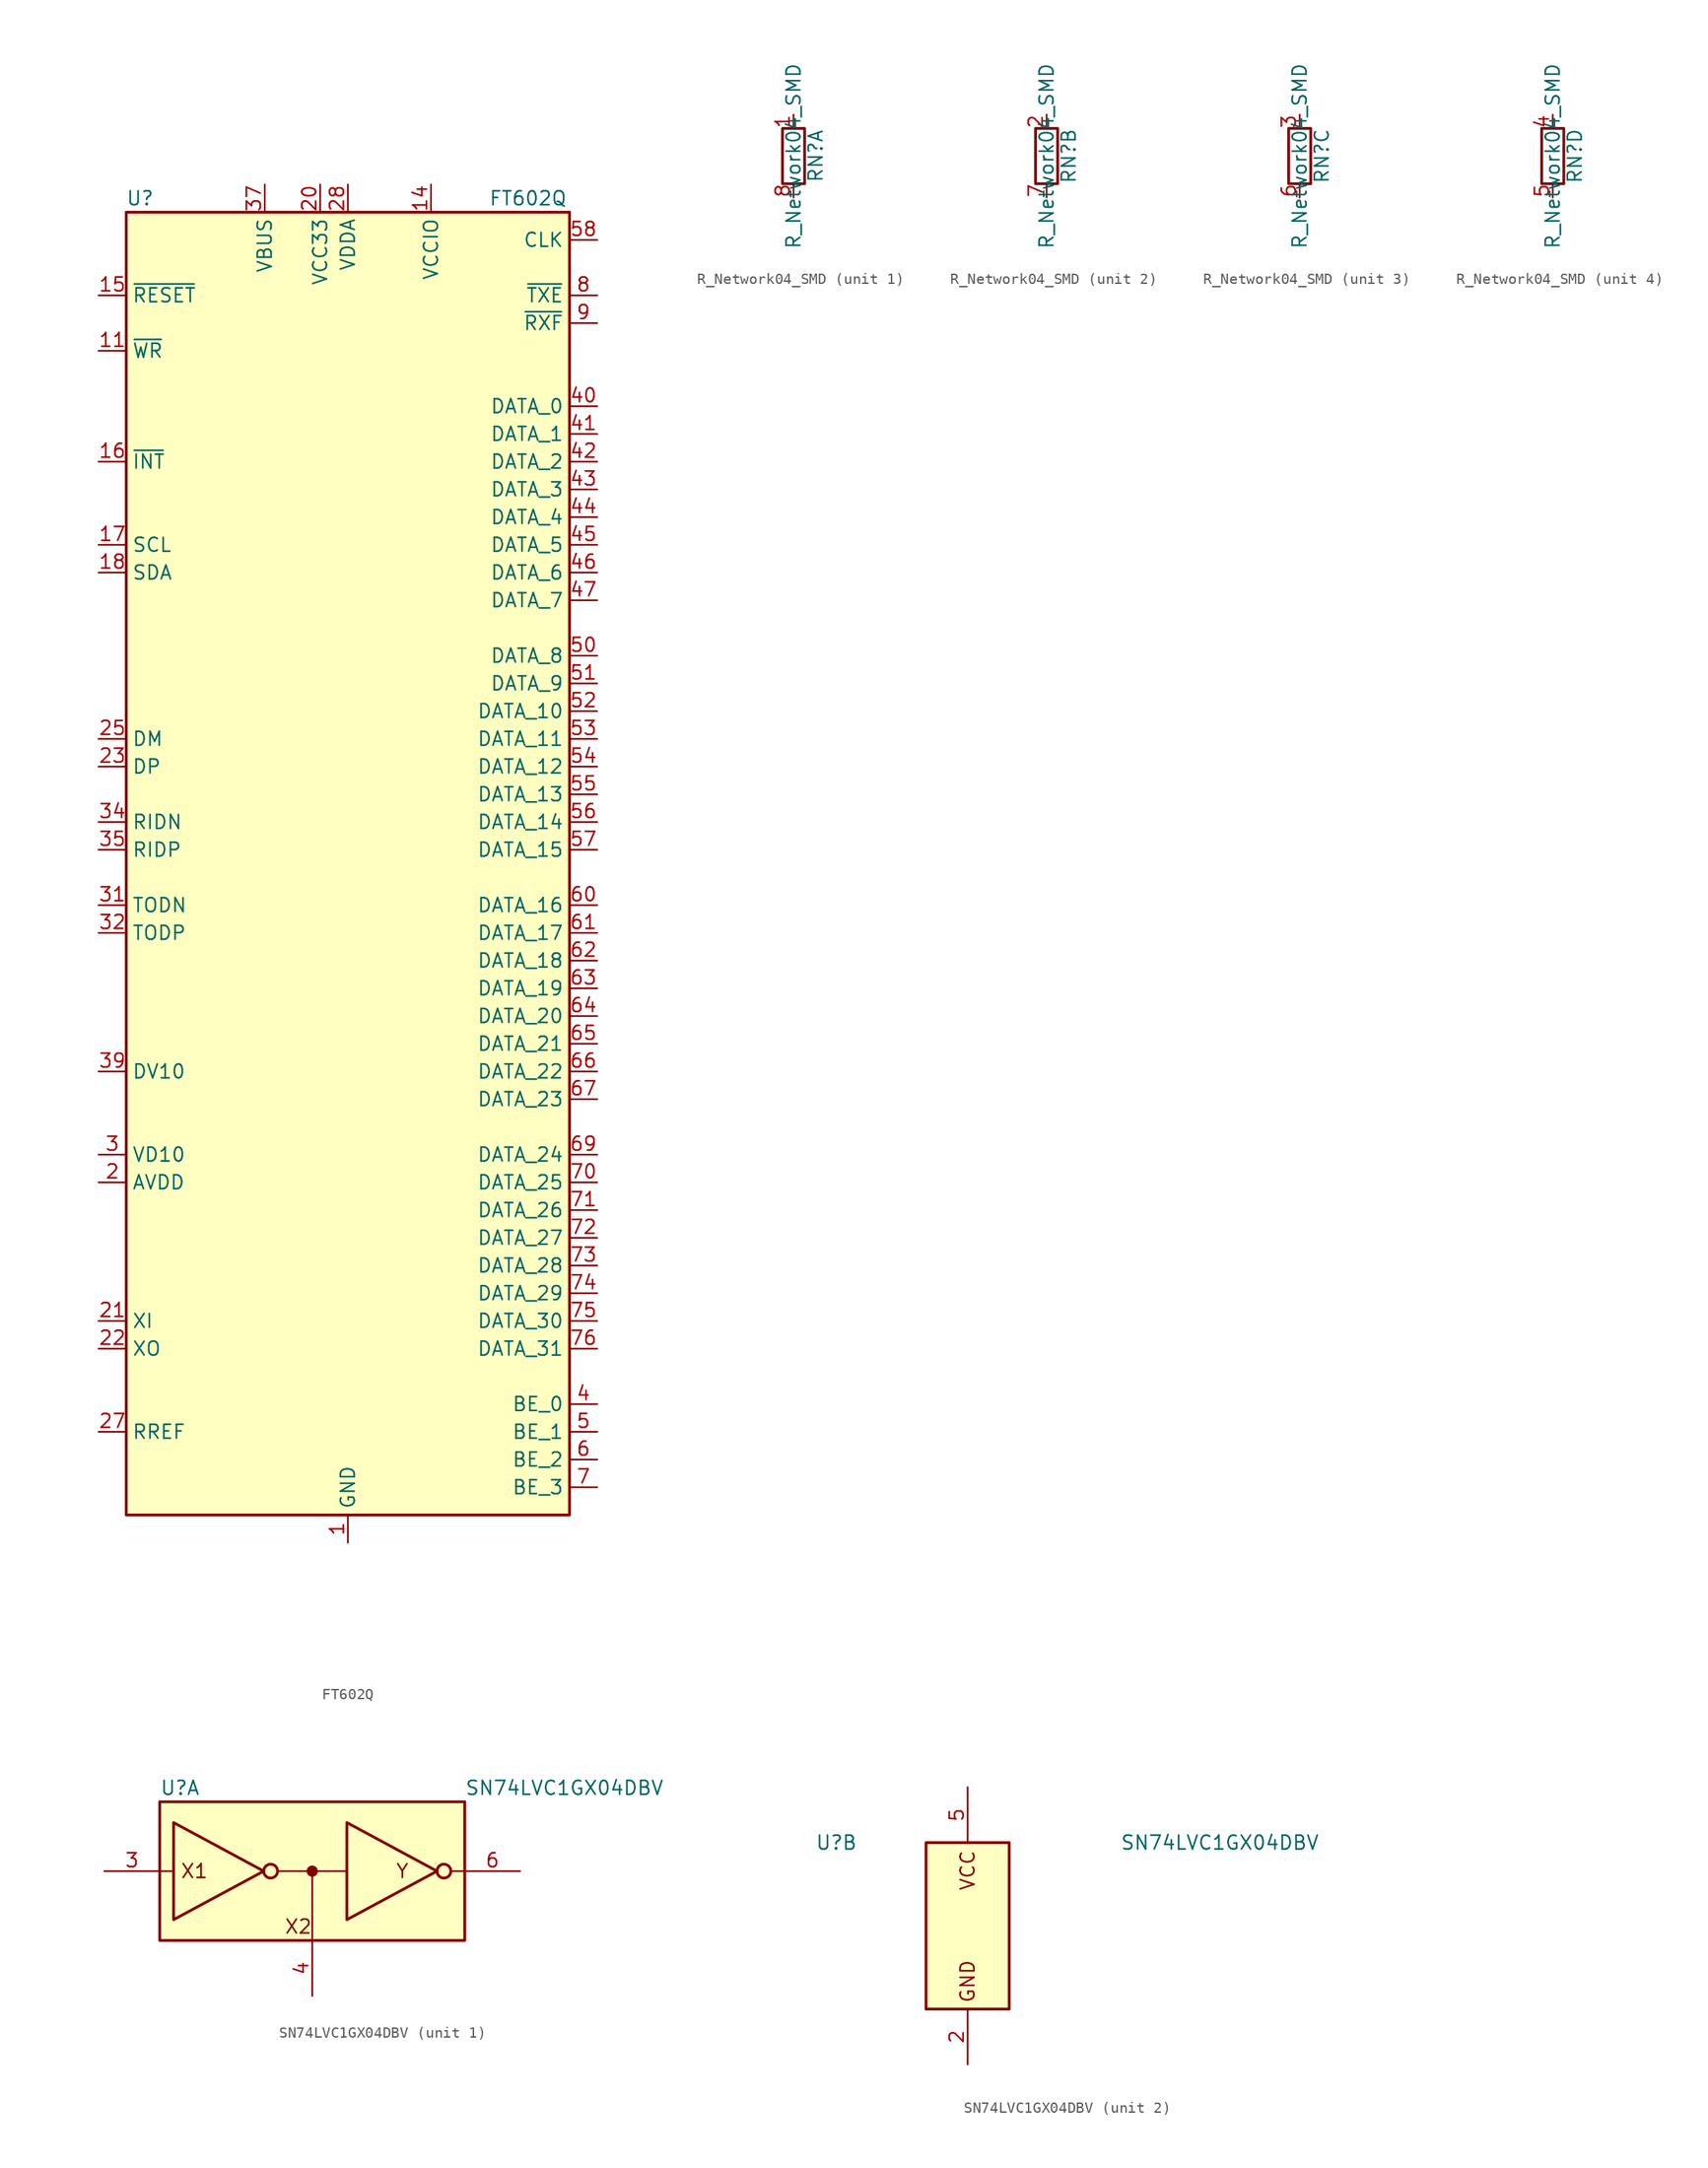
<source format=kicad_sym>
(kicad_symbol_lib
  (version 20231120)
  (generator "kicad_symbol_editor")
  (generator_version "8.0")
  (symbol "FT602Q"
    (property "Reference" "U"
      (at -19.05 62.23 0)
      (effects (font (size 1.27 1.27))))
    (property "Value" "FT602Q"
      (at 16.51 62.23 0)
      (effects (font (size 1.27 1.27))))
    (symbol "FT602Q_0_1"
      (rectangle (start -20.32 60.96) (end 20.32 -58.42) (stroke (width 0.254) (type default)) (fill (type background))))
    (symbol "FT602Q_1_1"
      (pin power_in line (at 0 -60.96 90) (length 2.54) (name "GND" (effects (font (size 1.27 1.27)))) (number "1" (effects (font (size 1.27 1.27)))))
      (pin no_connect line (at -20.32 58.42 0) (length 2.54) hide (name "Reserved1" (effects (font (size 1.27 1.27)))) (number "10" (effects (font (size 1.27 1.27)))))
      (pin input line (at -22.86 48.26 0) (length 2.54) (name "~{WR}" (effects (font (size 1.27 1.27)))) (number "11" (effects (font (size 1.27 1.27)))))
      (pin no_connect line (at -20.32 45.72 0) (length 2.54) hide (name "Reserved2" (effects (font (size 1.27 1.27)))) (number "12" (effects (font (size 1.27 1.27)))))
      (pin no_connect line (at -20.32 43.18 0) (length 2.54) hide (name "Reserved3" (effects (font (size 1.27 1.27)))) (number "13" (effects (font (size 1.27 1.27)))))
      (pin power_in line (at 7.62 63.5 270) (length 2.54) (name "VCCIO" (effects (font (size 1.27 1.27)))) (number "14" (effects (font (size 1.27 1.27)))))
      (pin input line (at -22.86 53.34 0) (length 2.54) (name "~{RESET}" (effects (font (size 1.27 1.27)))) (number "15" (effects (font (size 1.27 1.27)))))
      (pin input line (at -22.86 38.1 0) (length 2.54) (name "~{INT}" (effects (font (size 1.27 1.27)))) (number "16" (effects (font (size 1.27 1.27)))))
      (pin open_collector line (at -22.86 30.48 0) (length 2.54) (name "SCL" (effects (font (size 1.27 1.27)))) (number "17" (effects (font (size 1.27 1.27)))))
      (pin open_collector line (at -22.86 27.94 0) (length 2.54) (name "SDA" (effects (font (size 1.27 1.27)))) (number "18" (effects (font (size 1.27 1.27)))))
      (pin no_connect line (at -20.32 -48.26 0) (length 2.54) hide (name "Reserved4" (effects (font (size 1.27 1.27)))) (number "19" (effects (font (size 1.27 1.27)))))
      (pin power_in line (at -22.86 -27.94 0) (length 2.54) (name "AVDD" (effects (font (size 1.27 1.27)))) (number "2" (effects (font (size 1.27 1.27)))))
      (pin power_in line (at -2.54 63.5 270) (length 2.54) (name "VCC33" (effects (font (size 1.27 1.27)))) (number "20" (effects (font (size 1.27 1.27)))))
      (pin input line (at -22.86 -40.64 0) (length 2.54) (name "XI" (effects (font (size 1.27 1.27)))) (number "21" (effects (font (size 1.27 1.27)))))
      (pin output line (at -22.86 -43.18 0) (length 2.54) (name "XO" (effects (font (size 1.27 1.27)))) (number "22" (effects (font (size 1.27 1.27)))))
      (pin bidirectional line (at -22.86 10.16 0) (length 2.54) (name "DP" (effects (font (size 1.27 1.27)))) (number "23" (effects (font (size 1.27 1.27)))))
      (pin passive line (at -2.54 63.5 270) (length 2.54) hide (name "VCC33" (effects (font (size 1.27 1.27)))) (number "24" (effects (font (size 1.27 1.27)))))
      (pin bidirectional line (at -22.86 12.7 0) (length 2.54) (name "DM" (effects (font (size 1.27 1.27)))) (number "25" (effects (font (size 1.27 1.27)))))
      (pin passive line (at 0 -60.96 90) (length 2.54) hide (name "GND" (effects (font (size 1.27 1.27)))) (number "26" (effects (font (size 1.27 1.27)))))
      (pin input line (at -22.86 -50.8 0) (length 2.54) (name "RREF" (effects (font (size 1.27 1.27)))) (number "27" (effects (font (size 1.27 1.27)))))
      (pin power_in line (at 0 63.5 270) (length 2.54) (name "VDDA" (effects (font (size 1.27 1.27)))) (number "28" (effects (font (size 1.27 1.27)))))
      (pin passive line (at 0 -60.96 90) (length 2.54) hide (name "GND" (effects (font (size 1.27 1.27)))) (number "29" (effects (font (size 1.27 1.27)))))
      (pin power_in line (at -22.86 -25.4 0) (length 2.54) (name "VD10" (effects (font (size 1.27 1.27)))) (number "3" (effects (font (size 1.27 1.27)))))
      (pin passive line (at -22.86 -25.4 0) (length 2.54) hide (name "VD10" (effects (font (size 1.27 1.27)))) (number "30" (effects (font (size 1.27 1.27)))))
      (pin output line (at -22.86 -2.54 0) (length 2.54) (name "TODN" (effects (font (size 1.27 1.27)))) (number "31" (effects (font (size 1.27 1.27)))))
      (pin output line (at -22.86 -5.08 0) (length 2.54) (name "TODP" (effects (font (size 1.27 1.27)))) (number "32" (effects (font (size 1.27 1.27)))))
      (pin passive line (at -22.86 -25.4 0) (length 2.54) hide (name "VD10" (effects (font (size 1.27 1.27)))) (number "33" (effects (font (size 1.27 1.27)))))
      (pin input line (at -22.86 5.08 0) (length 2.54) (name "RIDN" (effects (font (size 1.27 1.27)))) (number "34" (effects (font (size 1.27 1.27)))))
      (pin input line (at -22.86 2.54 0) (length 2.54) (name "RIDP" (effects (font (size 1.27 1.27)))) (number "35" (effects (font (size 1.27 1.27)))))
      (pin passive line (at 0 -60.96 90) (length 2.54) hide (name "GND" (effects (font (size 1.27 1.27)))) (number "36" (effects (font (size 1.27 1.27)))))
      (pin power_in line (at -7.62 63.5 270) (length 2.54) (name "VBUS" (effects (font (size 1.27 1.27)))) (number "37" (effects (font (size 1.27 1.27)))))
      (pin passive line (at -2.54 63.5 270) (length 2.54) hide (name "VCC33" (effects (font (size 1.27 1.27)))) (number "38" (effects (font (size 1.27 1.27)))))
      (pin power_out line (at -22.86 -17.78 0) (length 2.54) (name "DV10" (effects (font (size 1.27 1.27)))) (number "39" (effects (font (size 1.27 1.27)))))
      (pin bidirectional line (at 22.86 -48.26 180) (length 2.54) (name "BE_0" (effects (font (size 1.27 1.27)))) (number "4" (effects (font (size 1.27 1.27)))))
      (pin bidirectional line (at 22.86 43.18 180) (length 2.54) (name "DATA_0" (effects (font (size 1.27 1.27)))) (number "40" (effects (font (size 1.27 1.27)))))
      (pin bidirectional line (at 22.86 40.64 180) (length 2.54) (name "DATA_1" (effects (font (size 1.27 1.27)))) (number "41" (effects (font (size 1.27 1.27)))))
      (pin bidirectional line (at 22.86 38.1 180) (length 2.54) (name "DATA_2" (effects (font (size 1.27 1.27)))) (number "42" (effects (font (size 1.27 1.27)))))
      (pin bidirectional line (at 22.86 35.56 180) (length 2.54) (name "DATA_3" (effects (font (size 1.27 1.27)))) (number "43" (effects (font (size 1.27 1.27)))))
      (pin bidirectional line (at 22.86 33.02 180) (length 2.54) (name "DATA_4" (effects (font (size 1.27 1.27)))) (number "44" (effects (font (size 1.27 1.27)))))
      (pin bidirectional line (at 22.86 30.48 180) (length 2.54) (name "DATA_5" (effects (font (size 1.27 1.27)))) (number "45" (effects (font (size 1.27 1.27)))))
      (pin bidirectional line (at 22.86 27.94 180) (length 2.54) (name "DATA_6" (effects (font (size 1.27 1.27)))) (number "46" (effects (font (size 1.27 1.27)))))
      (pin bidirectional line (at 22.86 25.4 180) (length 2.54) (name "DATA_7" (effects (font (size 1.27 1.27)))) (number "47" (effects (font (size 1.27 1.27)))))
      (pin passive line (at -22.86 -25.4 0) (length 2.54) hide (name "VD10" (effects (font (size 1.27 1.27)))) (number "48" (effects (font (size 1.27 1.27)))))
      (pin passive line (at 7.62 63.5 270) (length 2.54) hide (name "VCCIO" (effects (font (size 1.27 1.27)))) (number "49" (effects (font (size 1.27 1.27)))))
      (pin bidirectional line (at 22.86 -50.8 180) (length 2.54) (name "BE_1" (effects (font (size 1.27 1.27)))) (number "5" (effects (font (size 1.27 1.27)))))
      (pin bidirectional line (at 22.86 20.32 180) (length 2.54) (name "DATA_8" (effects (font (size 1.27 1.27)))) (number "50" (effects (font (size 1.27 1.27)))))
      (pin bidirectional line (at 22.86 17.78 180) (length 2.54) (name "DATA_9" (effects (font (size 1.27 1.27)))) (number "51" (effects (font (size 1.27 1.27)))))
      (pin bidirectional line (at 22.86 15.24 180) (length 2.54) (name "DATA_10" (effects (font (size 1.27 1.27)))) (number "52" (effects (font (size 1.27 1.27)))))
      (pin bidirectional line (at 22.86 12.7 180) (length 2.54) (name "DATA_11" (effects (font (size 1.27 1.27)))) (number "53" (effects (font (size 1.27 1.27)))))
      (pin bidirectional line (at 22.86 10.16 180) (length 2.54) (name "DATA_12" (effects (font (size 1.27 1.27)))) (number "54" (effects (font (size 1.27 1.27)))))
      (pin bidirectional line (at 22.86 7.62 180) (length 2.54) (name "DATA_13" (effects (font (size 1.27 1.27)))) (number "55" (effects (font (size 1.27 1.27)))))
      (pin bidirectional line (at 22.86 5.08 180) (length 2.54) (name "DATA_14" (effects (font (size 1.27 1.27)))) (number "56" (effects (font (size 1.27 1.27)))))
      (pin bidirectional line (at 22.86 2.54 180) (length 2.54) (name "DATA_15" (effects (font (size 1.27 1.27)))) (number "57" (effects (font (size 1.27 1.27)))))
      (pin output line (at 22.86 58.42 180) (length 2.54) (name "CLK" (effects (font (size 1.27 1.27)))) (number "58" (effects (font (size 1.27 1.27)))))
      (pin passive line (at 7.62 63.5 270) (length 2.54) hide (name "VCCIO" (effects (font (size 1.27 1.27)))) (number "59" (effects (font (size 1.27 1.27)))))
      (pin bidirectional line (at 22.86 -53.34 180) (length 2.54) (name "BE_2" (effects (font (size 1.27 1.27)))) (number "6" (effects (font (size 1.27 1.27)))))
      (pin bidirectional line (at 22.86 -2.54 180) (length 2.54) (name "DATA_16" (effects (font (size 1.27 1.27)))) (number "60" (effects (font (size 1.27 1.27)))))
      (pin bidirectional line (at 22.86 -5.08 180) (length 2.54) (name "DATA_17" (effects (font (size 1.27 1.27)))) (number "61" (effects (font (size 1.27 1.27)))))
      (pin bidirectional line (at 22.86 -7.62 180) (length 2.54) (name "DATA_18" (effects (font (size 1.27 1.27)))) (number "62" (effects (font (size 1.27 1.27)))))
      (pin bidirectional line (at 22.86 -10.16 180) (length 2.54) (name "DATA_19" (effects (font (size 1.27 1.27)))) (number "63" (effects (font (size 1.27 1.27)))))
      (pin bidirectional line (at 22.86 -12.7 180) (length 2.54) (name "DATA_20" (effects (font (size 1.27 1.27)))) (number "64" (effects (font (size 1.27 1.27)))))
      (pin bidirectional line (at 22.86 -15.24 180) (length 2.54) (name "DATA_21" (effects (font (size 1.27 1.27)))) (number "65" (effects (font (size 1.27 1.27)))))
      (pin bidirectional line (at 22.86 -17.78 180) (length 2.54) (name "DATA_22" (effects (font (size 1.27 1.27)))) (number "66" (effects (font (size 1.27 1.27)))))
      (pin bidirectional line (at 22.86 -20.32 180) (length 2.54) (name "DATA_23" (effects (font (size 1.27 1.27)))) (number "67" (effects (font (size 1.27 1.27)))))
      (pin passive line (at 7.62 63.5 270) (length 2.54) hide (name "VCCIO" (effects (font (size 1.27 1.27)))) (number "68" (effects (font (size 1.27 1.27)))))
      (pin bidirectional line (at 22.86 -25.4 180) (length 2.54) (name "DATA_24" (effects (font (size 1.27 1.27)))) (number "69" (effects (font (size 1.27 1.27)))))
      (pin bidirectional line (at 22.86 -55.88 180) (length 2.54) (name "BE_3" (effects (font (size 1.27 1.27)))) (number "7" (effects (font (size 1.27 1.27)))))
      (pin bidirectional line (at 22.86 -27.94 180) (length 2.54) (name "DATA_25" (effects (font (size 1.27 1.27)))) (number "70" (effects (font (size 1.27 1.27)))))
      (pin bidirectional line (at 22.86 -30.48 180) (length 2.54) (name "DATA_26" (effects (font (size 1.27 1.27)))) (number "71" (effects (font (size 1.27 1.27)))))
      (pin bidirectional line (at 22.86 -33.02 180) (length 2.54) (name "DATA_27" (effects (font (size 1.27 1.27)))) (number "72" (effects (font (size 1.27 1.27)))))
      (pin bidirectional line (at 22.86 -35.56 180) (length 2.54) (name "DATA_28" (effects (font (size 1.27 1.27)))) (number "73" (effects (font (size 1.27 1.27)))))
      (pin bidirectional line (at 22.86 -38.1 180) (length 2.54) (name "DATA_29" (effects (font (size 1.27 1.27)))) (number "74" (effects (font (size 1.27 1.27)))))
      (pin bidirectional line (at 22.86 -40.64 180) (length 2.54) (name "DATA_30" (effects (font (size 1.27 1.27)))) (number "75" (effects (font (size 1.27 1.27)))))
      (pin bidirectional line (at 22.86 -43.18 180) (length 2.54) (name "DATA_31" (effects (font (size 1.27 1.27)))) (number "76" (effects (font (size 1.27 1.27)))))
      (pin passive line (at 0 -60.96 90) (length 2.54) hide (name "GND" (effects (font (size 1.27 1.27)))) (number "77" (effects (font (size 1.27 1.27)))))
      (pin output line (at 22.86 53.34 180) (length 2.54) (name "~{TXE}" (effects (font (size 1.27 1.27)))) (number "8" (effects (font (size 1.27 1.27)))))
      (pin output line (at 22.86 50.8 180) (length 2.54) (name "~{RXF}" (effects (font (size 1.27 1.27)))) (number "9" (effects (font (size 1.27 1.27)))))))
  (symbol "R_Network04_SMD"
    (pin_names
      (offset 0) hide)
    (property "Reference" "RN"
      (at 2.032 0 90)
      (effects (font (size 1.27 1.27))))
    (property "Value" "R_Network04_SMD"
      (at 0 0 90)
      (effects (font (size 1.27 1.27))))
    (symbol "R_Network04_SMD_0_1"
      (rectangle (start 1.016 2.54) (end -1.016 -2.54) (stroke (width 0.254) (type default)) (fill (type none))))
    (symbol "R_Network04_SMD_1_1"
      (pin passive line (at 0 3.81 270) (length 1.27) (name "R1.1" (effects (font (size 1.27 1.27)))) (number "1" (effects (font (size 1.27 1.27)))))
      (pin passive line (at 0 -3.81 90) (length 1.27) (name "R1.2" (effects (font (size 1.27 1.27)))) (number "8" (effects (font (size 1.27 1.27))))))
    (symbol "R_Network04_SMD_2_1"
      (pin passive line (at 0 3.81 270) (length 1.27) (name "R2.1" (effects (font (size 1.27 1.27)))) (number "2" (effects (font (size 1.27 1.27)))))
      (pin passive line (at 0 -3.81 90) (length 1.27) (name "R2.2" (effects (font (size 1.27 1.27)))) (number "7" (effects (font (size 1.27 1.27))))))
    (symbol "R_Network04_SMD_3_1"
      (pin passive line (at 0 3.81 270) (length 1.27) (name "R3.1" (effects (font (size 1.27 1.27)))) (number "3" (effects (font (size 1.27 1.27)))))
      (pin passive line (at 0 -3.81 90) (length 1.27) (name "R3.2" (effects (font (size 1.27 1.27)))) (number "6" (effects (font (size 1.27 1.27))))))
    (symbol "R_Network04_SMD_4_1"
      (pin passive line (at 0 3.81 270) (length 1.27) (name "R4.1" (effects (font (size 1.27 1.27)))) (number "4" (effects (font (size 1.27 1.27)))))
      (pin passive line (at 0 -3.81 90) (length 1.27) (name "R4.2" (effects (font (size 1.27 1.27)))) (number "5" (effects (font (size 1.27 1.27)))))))
  (symbol "SN74LVC1GX04DBV"
    (pin_names hide)
    (property "Reference" "U"
      (at -13.97 7.62 0)
      (effects (font (size 1.27 1.27)) (justify left)))
    (property "Value" "SN74LVC1GX04DBV"
      (at 13.97 7.62 0)
      (effects (font (size 1.27 1.27)) (justify left)))
    (property "ki_locked" ""
      (at 0 0 0)
      (effects (font (size 1.27 1.27))))
    (symbol "SN74LVC1GX04DBV_1_1"
      (rectangle (start -13.97 6.35) (end 13.97 -6.35) (stroke (width 0.254) (type default)) (fill (type background)))
      (circle (center -3.81 0) (radius 0.635) (stroke (width 0.254) (type default)) (fill (type none)))
      (polyline (pts (xy -13.97 0) (xy -12.7 0)) (stroke (width 0) (type default)) (fill (type none)))
      (polyline (pts (xy 0 -6.35) (xy 0 0)) (stroke (width 0) (type default)) (fill (type none)))
      (polyline (pts (xy 3.175 0) (xy -3.175 0)) (stroke (width 0) (type default)) (fill (type none)))
      (polyline (pts (xy 12.7 0) (xy 13.97 0)) (stroke (width 0) (type default)) (fill (type none)))
      (polyline (pts (xy -12.7 -4.445) (xy -4.445 0) (xy -12.7 4.445) (xy -12.7 -4.445)) (stroke (width 0.254) (type default)) (fill (type none)))
      (polyline (pts (xy 3.175 -4.445) (xy 11.43 0) (xy 3.175 4.445) (xy 3.175 -4.445)) (stroke (width 0.254) (type default)) (fill (type none)))
      (circle (center 0 0) (radius 0.359) (stroke (width 0.305) (type default)) (fill (type outline)))
      (circle (center 12.065 0) (radius 0.635) (stroke (width 0.254) (type default)) (fill (type none)))
      (text "X1" (at -10.795 0 0) (effects (font (size 1.27 1.27))))
      (text "X2" (at -1.27 -5.08 0) (effects (font (size 1.27 1.27))))
      (text "Y" (at 8.255 0 0) (effects (font (size 1.27 1.27))))
      (pin no_connect line (at 2.54 0 180) (length 5.08) hide (name "NC" (effects (font (size 1.27 1.27)))) (number "1" (effects (font (size 1.27 1.27)))))
      (pin input line (at -19.05 0 0) (length 5.08) (name "X1" (effects (font (size 1.27 1.27)))) (number "3" (effects (font (size 1.27 1.27)))))
      (pin output line (at 0 -11.43 90) (length 5.08) (name "X2" (effects (font (size 1.27 1.27)))) (number "4" (effects (font (size 1.27 1.27)))))
      (pin output line (at 19.05 0 180) (length 5.08) (name "Y" (effects (font (size 1.27 1.27)))) (number "6" (effects (font (size 1.27 1.27))))))
    (symbol "SN74LVC1GX04DBV_2_1"
      (rectangle (start -3.81 7.62) (end 3.81 -7.62) (stroke (width 0.254) (type default)) (fill (type background)))
      (text "GND" (at 0 -5.08 900) (effects (font (size 1.27 1.27))))
      (text "VCC" (at 0 5.08 900) (effects (font (size 1.27 1.27))))
      (pin power_in line (at 0 -12.7 90) (length 5.08) (name "GND" (effects (font (size 1.27 1.27)))) (number "2" (effects (font (size 1.27 1.27)))))
      (pin power_in line (at 0 12.7 270) (length 5.08) (name "VCC" (effects (font (size 1.27 1.27)))) (number "5" (effects (font (size 1.27 1.27))))))))
</source>
